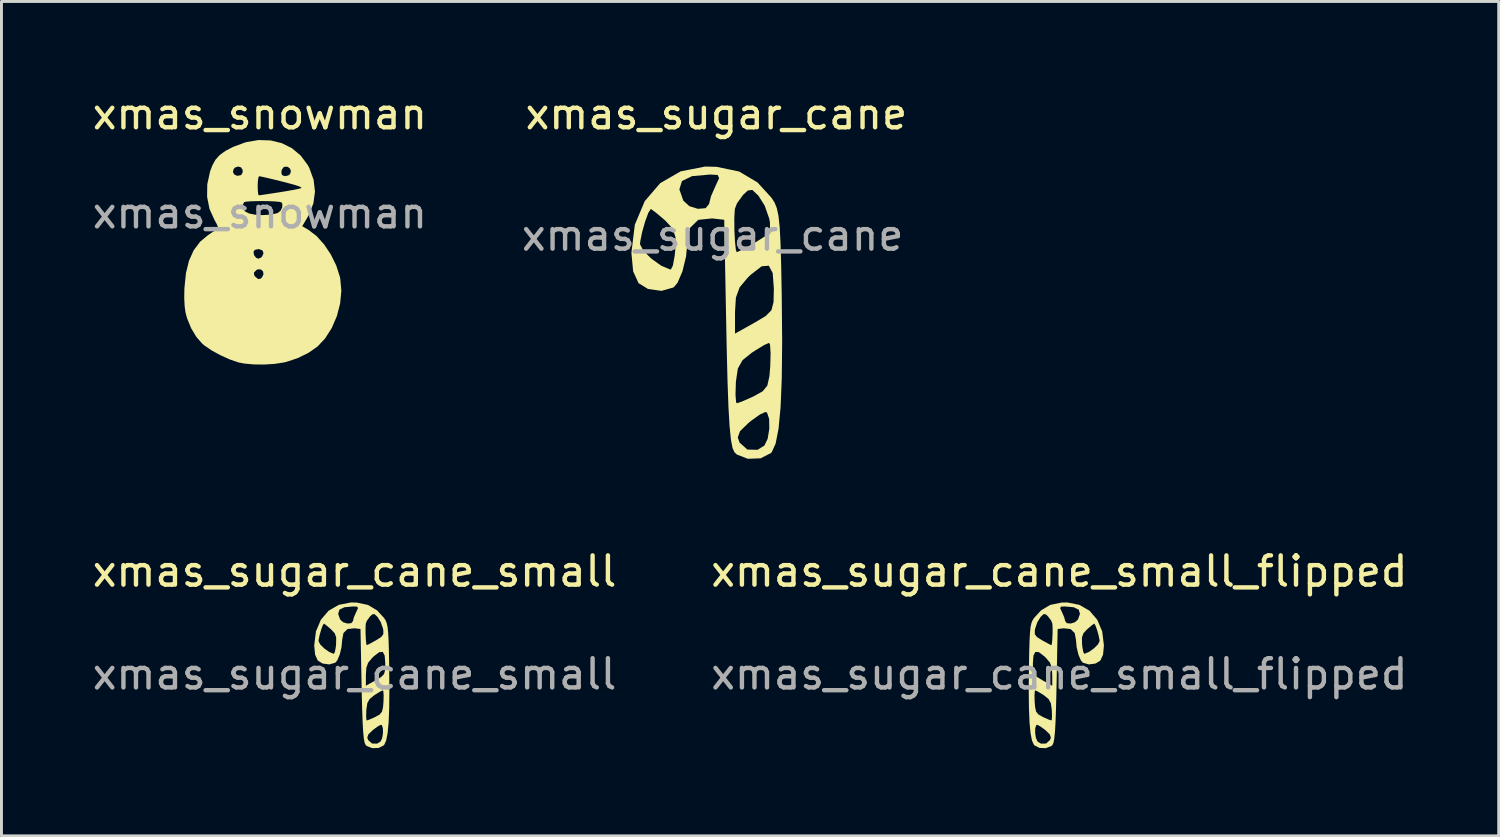
<source format=kicad_pcb>
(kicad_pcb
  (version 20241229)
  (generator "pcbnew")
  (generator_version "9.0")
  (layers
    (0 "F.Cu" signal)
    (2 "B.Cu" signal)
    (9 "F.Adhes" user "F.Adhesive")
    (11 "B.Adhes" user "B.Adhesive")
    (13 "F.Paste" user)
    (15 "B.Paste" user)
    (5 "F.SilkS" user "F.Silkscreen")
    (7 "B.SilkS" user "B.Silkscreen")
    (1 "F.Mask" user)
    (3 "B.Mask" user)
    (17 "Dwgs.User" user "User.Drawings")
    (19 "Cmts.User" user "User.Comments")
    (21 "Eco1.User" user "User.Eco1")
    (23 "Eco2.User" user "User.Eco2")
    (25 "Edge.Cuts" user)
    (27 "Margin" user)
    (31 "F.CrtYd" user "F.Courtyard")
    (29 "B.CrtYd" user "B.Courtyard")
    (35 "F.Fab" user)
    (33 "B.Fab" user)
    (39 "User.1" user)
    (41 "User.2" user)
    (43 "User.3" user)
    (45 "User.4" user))
  (footprint "xmas_sugar_cane_small_flipped"
    (layer "F.Cu")
    (at 33.185 17.508)
    (property "Reference" "xmas_sugar_cane_small_flipped" (at 0 -1.016 0) (unlocked yes) (layer "F.SilkS") (effects (font (size 1 1) (thickness 0.15))))
    (fp_poly (pts (xy 0.073 0.053) (xy -0.314 0.134) (xy -0.625 0.32) (xy -0.864 0.58) (xy -0.916 0.66) (xy -0.955 0.756) (xy -0.984 0.889) (xy -1.004 1.081) (xy -1.019 1.354) (xy -1.03 1.729) (xy -1.039 2.228) (xy -1.04 2.269) (xy -1.047 3.033) (xy -1.04 3.658) (xy -1.02 4.152) (xy -0.985 4.521) (xy -0.935 4.775) (xy -0.869 4.92) (xy -0.857 4.934) (xy -0.68 5.025) (xy -0.461 5.033) (xy -0.274 4.96) (xy -0.233 4.922) (xy -0.2 4.848) (xy -0.172 4.704) (xy -0.169 4.669) (xy -0.29 4.669) (xy -0.319 4.755) (xy -0.453 4.875) (xy -0.627 4.879) (xy -0.743 4.808) (xy -0.799 4.692) (xy -0.827 4.521) (xy -0.825 4.354) (xy -0.79 4.247) (xy -0.763 4.233) (xy -0.668 4.277) (xy -0.516 4.386) (xy -0.47 4.423) (xy -0.327 4.562) (xy -0.29 4.669) (xy -0.169 4.669) (xy -0.15 4.476) (xy -0.131 4.15) (xy -0.123 3.942) (xy -0.251 3.942) (xy -0.261 4.067) (xy -0.273 4.086) (xy -0.358 4.057) (xy -0.521 3.986) (xy -0.565 3.965) (xy -0.714 3.882) (xy -0.794 3.784) (xy -0.83 3.622) (xy -0.844 3.45) (xy -0.85 3.231) (xy -0.84 3.088) (xy -0.824 3.055) (xy -0.74 3.093) (xy -0.586 3.186) (xy -0.529 3.223) (xy -0.37 3.351) (xy -0.291 3.494) (xy -0.259 3.714) (xy -0.257 3.739) (xy -0.251 3.942) (xy -0.123 3.942) (xy -0.115 3.711) (xy -0.101 3.145) (xy -0.096 2.898) (xy -0.242 2.898) (xy -0.574 2.713) (xy -0.764 2.599) (xy -0.863 2.5) (xy -0.9 2.361) (xy -0.905 2.129) (xy -0.885 1.865) (xy -0.819 1.74) (xy -0.698 1.75) (xy -0.514 1.891) (xy -0.458 1.945) (xy -0.321 2.109) (xy -0.258 2.283) (xy -0.242 2.529) (xy -0.242 2.898) (xy -0.096 2.898) (xy -0.095 2.879) (xy -0.058 0.957) (xy 0.149 0.933) (xy 0.384 0.958) (xy 0.525 1.095) (xy 0.567 1.316) (xy 0.592 1.581) (xy 0.654 1.837) (xy 0.739 2.034) (xy 0.805 2.11) (xy 1.012 2.169) (xy 1.241 2.137) (xy 1.403 2.037) (xy 1.495 1.836) (xy 1.525 1.52) (xy 1.507 1.374) (xy 1.377 1.374) (xy 1.32 1.485) (xy 1.183 1.621) (xy 1.016 1.74) (xy 0.87 1.802) (xy 0.851 1.803) (xy 0.817 1.738) (xy 0.787 1.572) (xy 0.777 1.473) (xy 0.773 1.25) (xy 0.824 1.103) (xy 0.953 0.965) (xy 0.961 0.958) (xy 0.996 0.929) (xy -0.23 0.929) (xy -0.232 1.131) (xy -0.242 1.329) (xy -0.257 1.471) (xy -0.272 1.509) (xy -0.347 1.476) (xy -0.504 1.391) (xy -0.589 1.344) (xy -0.765 1.231) (xy -0.839 1.135) (xy -0.839 1.003) (xy -0.826 0.936) (xy -0.749 0.718) (xy -0.642 0.547) (xy -0.538 0.448) (xy -0.46 0.458) (xy -0.382 0.531) (xy -0.276 0.676) (xy -0.239 0.773) (xy -0.23 0.929) (xy 0.996 0.929) (xy 1.102 0.839) (xy 1.186 0.776) (xy 1.194 0.773) (xy 1.235 0.836) (xy 1.29 0.987) (xy 1.342 1.17) (xy 1.374 1.329) (xy 1.377 1.374) (xy 1.507 1.374) (xy 1.466 1.04) (xy 1.297 0.64) (xy 1.124 0.439) (xy 0.706 0.439) (xy 0.638 0.631) (xy 0.536 0.725) (xy 0.39 0.77) (xy 0.259 0.759) (xy 0.199 0.686) (xy 0.199 0.681) (xy 0.166 0.554) (xy 0.093 0.387) (xy 0.028 0.246) (xy 0.054 0.193) (xy 0.185 0.185) (xy 0.49 0.213) (xy 0.662 0.295) (xy 0.706 0.439) (xy 1.124 0.439) (xy 1.033 0.332) (xy 0.685 0.131) (xy 0.268 0.049)) (stroke (width 0) (type solid)) (fill yes) (layer "F.SilkS"))
    (fp_text user "${REFERENCE}" (at 0 2.5 0) (unlocked yes) (layer "F.Fab") (effects (font (size 1 1) (thickness 0.15)))))
  (footprint "xmas_sugar_cane_small"
    (layer "F.Cu")
    (at 9.077 17.508)
    (property "Reference" "xmas_sugar_cane_small" (at 0 -1.016 0) (unlocked yes) (layer "F.SilkS") (effects (font (size 1 1) (thickness 0.15))))
    (fp_poly (pts (xy 0.073 0.053) (xy 0.46 0.134) (xy 0.771 0.32) (xy 1.01 0.58) (xy 1.062 0.66) (xy 1.101 0.756) (xy 1.13 0.889) (xy 1.15 1.081) (xy 1.165 1.354) (xy 1.176 1.729) (xy 1.185 2.228) (xy 1.185 2.269) (xy 1.192 3.033) (xy 1.186 3.658) (xy 1.166 4.152) (xy 1.131 4.521) (xy 1.081 4.775) (xy 1.015 4.92) (xy 1.003 4.934) (xy 0.826 5.025) (xy 0.607 5.033) (xy 0.419 4.96) (xy 0.379 4.922) (xy 0.346 4.848) (xy 0.318 4.704) (xy 0.315 4.669) (xy 0.436 4.669) (xy 0.465 4.755) (xy 0.599 4.875) (xy 0.773 4.879) (xy 0.889 4.808) (xy 0.945 4.692) (xy 0.973 4.521) (xy 0.971 4.354) (xy 0.936 4.247) (xy 0.909 4.233) (xy 0.814 4.277) (xy 0.662 4.386) (xy 0.616 4.423) (xy 0.473 4.562) (xy 0.436 4.669) (xy 0.315 4.669) (xy 0.296 4.476) (xy 0.277 4.15) (xy 0.269 3.942) (xy 0.397 3.942) (xy 0.407 4.067) (xy 0.419 4.086) (xy 0.504 4.057) (xy 0.666 3.986) (xy 0.711 3.965) (xy 0.86 3.882) (xy 0.94 3.784) (xy 0.976 3.622) (xy 0.99 3.45) (xy 0.996 3.231) (xy 0.985 3.088) (xy 0.97 3.055) (xy 0.886 3.093) (xy 0.732 3.186) (xy 0.675 3.223) (xy 0.516 3.351) (xy 0.437 3.494) (xy 0.404 3.714) (xy 0.403 3.739) (xy 0.397 3.942) (xy 0.269 3.942) (xy 0.261 3.711) (xy 0.246 3.145) (xy 0.242 2.898) (xy 0.388 2.898) (xy 0.72 2.713) (xy 0.91 2.599) (xy 1.009 2.5) (xy 1.046 2.361) (xy 1.051 2.129) (xy 1.031 1.865) (xy 0.965 1.74) (xy 0.844 1.75) (xy 0.659 1.891) (xy 0.604 1.945) (xy 0.467 2.109) (xy 0.404 2.283) (xy 0.388 2.529) (xy 0.388 2.898) (xy 0.242 2.898) (xy 0.241 2.879) (xy 0.204 0.957) (xy -0.003 0.933) (xy -0.238 0.958) (xy -0.379 1.095) (xy -0.421 1.316) (xy -0.446 1.581) (xy -0.508 1.837) (xy -0.593 2.034) (xy -0.659 2.11) (xy -0.866 2.169) (xy -1.095 2.137) (xy -1.257 2.037) (xy -1.349 1.836) (xy -1.379 1.52) (xy -1.361 1.374) (xy -1.231 1.374) (xy -1.174 1.485) (xy -1.037 1.621) (xy -0.87 1.74) (xy -0.724 1.802) (xy -0.705 1.803) (xy -0.671 1.738) (xy -0.641 1.572) (xy -0.631 1.473) (xy -0.627 1.25) (xy -0.678 1.103) (xy -0.807 0.965) (xy -0.815 0.958) (xy -0.85 0.929) (xy 0.376 0.929) (xy 0.378 1.131) (xy 0.388 1.329) (xy 0.403 1.471) (xy 0.418 1.509) (xy 0.493 1.476) (xy 0.65 1.391) (xy 0.735 1.344) (xy 0.911 1.231) (xy 0.985 1.135) (xy 0.985 1.003) (xy 0.972 0.936) (xy 0.895 0.718) (xy 0.788 0.547) (xy 0.684 0.448) (xy 0.606 0.458) (xy 0.527 0.531) (xy 0.422 0.676) (xy 0.385 0.773) (xy 0.376 0.929) (xy -0.85 0.929) (xy -0.956 0.839) (xy -1.04 0.776) (xy -1.048 0.773) (xy -1.089 0.836) (xy -1.144 0.987) (xy -1.196 1.17) (xy -1.228 1.329) (xy -1.231 1.374) (xy -1.361 1.374) (xy -1.32 1.04) (xy -1.151 0.64) (xy -0.979 0.439) (xy -0.56 0.439) (xy -0.493 0.631) (xy -0.39 0.725) (xy -0.244 0.77) (xy -0.113 0.759) (xy -0.053 0.686) (xy -0.053 0.681) (xy -0.021 0.554) (xy 0.053 0.387) (xy 0.118 0.246) (xy 0.092 0.193) (xy -0.039 0.185) (xy -0.344 0.213) (xy -0.516 0.295) (xy -0.56 0.439) (xy -0.979 0.439) (xy -0.887 0.332) (xy -0.539 0.131) (xy -0.122 0.049)) (stroke (width 0) (type solid)) (fill yes) (layer "F.SilkS"))
    (fp_text user "${REFERENCE}" (at 0 2.5 0) (unlocked yes) (layer "F.Fab") (effects (font (size 1 1) (thickness 0.15)))))
  (footprint "xmas_sugar_cane"
    (layer "F.Cu")
    (at 21.327 2.499)
    (property "Reference" "xmas_sugar_cane" (at 0.127 -1.651 0) (unlocked yes) (layer "F.SilkS") (effects (font (size 1 1) (thickness 0.15))))
    (fp_poly (pts (xy 0.132 0.157) (xy 0.908 0.319) (xy 1.532 0.69) (xy 2.01 1.213) (xy 2.115 1.374) (xy 2.193 1.565) (xy 2.251 1.832) (xy 2.292 2.218) (xy 2.321 2.765) (xy 2.343 3.518) (xy 2.362 4.519) (xy 2.363 4.601) (xy 2.377 6.133) (xy 2.364 7.387) (xy 2.323 8.377) (xy 2.253 9.119) (xy 2.153 9.627) (xy 2.021 9.917) (xy 1.996 9.946) (xy 1.641 10.128) (xy 1.203 10.144) (xy 0.827 9.998) (xy 0.745 9.921) (xy 0.679 9.773) (xy 0.624 9.485) (xy 0.617 9.414) (xy 0.859 9.414) (xy 0.918 9.587) (xy 1.187 9.829) (xy 1.536 9.837) (xy 1.768 9.693) (xy 1.881 9.46) (xy 1.937 9.118) (xy 1.932 8.783) (xy 1.862 8.568) (xy 1.809 8.541) (xy 1.618 8.628) (xy 1.312 8.846) (xy 1.22 8.922) (xy 0.934 9.201) (xy 0.859 9.414) (xy 0.617 9.414) (xy 0.578 9.028) (xy 0.54 8.374) (xy 0.525 7.956) (xy 0.781 7.956) (xy 0.802 8.207) (xy 0.825 8.245) (xy 0.996 8.188) (xy 1.322 8.045) (xy 1.411 8.003) (xy 1.71 7.836) (xy 1.87 7.64) (xy 1.942 7.315) (xy 1.97 6.969) (xy 1.982 6.531) (xy 1.962 6.244) (xy 1.93 6.178) (xy 1.763 6.253) (xy 1.453 6.441) (xy 1.34 6.515) (xy 1.02 6.772) (xy 0.861 7.057) (xy 0.796 7.499) (xy 0.793 7.549) (xy 0.781 7.956) (xy 0.525 7.956) (xy 0.508 7.493) (xy 0.48 6.357) (xy 0.47 5.862) (xy 0.764 5.862) (xy 1.429 5.49) (xy 1.811 5.263) (xy 2.009 5.064) (xy 2.082 4.785) (xy 2.093 4.319) (xy 2.053 3.79) (xy 1.92 3.539) (xy 1.678 3.559) (xy 1.308 3.843) (xy 1.196 3.952) (xy 0.922 4.28) (xy 0.795 4.629) (xy 0.764 5.123) (xy 0.764 5.862) (xy 0.47 5.862) (xy 0.469 5.823) (xy 0.395 1.969) (xy -0.02 1.922) (xy -0.493 1.971) (xy -0.775 2.246) (xy -0.86 2.69) (xy -0.909 3.22) (xy -1.034 3.734) (xy -1.205 4.13) (xy -1.338 4.283) (xy -1.751 4.4) (xy -2.211 4.336) (xy -2.536 4.136) (xy -2.72 3.732) (xy -2.78 3.097) (xy -2.744 2.806) (xy -2.485 2.806) (xy -2.37 3.028) (xy -2.094 3.301) (xy -1.759 3.54) (xy -1.468 3.664) (xy -1.429 3.667) (xy -1.361 3.535) (xy -1.3 3.202) (xy -1.28 3.004) (xy -1.273 2.556) (xy -1.375 2.261) (xy -1.634 1.984) (xy -1.65 1.971) (xy -1.719 1.912) (xy 0.74 1.912) (xy 0.743 2.319) (xy 0.763 2.716) (xy 0.794 3) (xy 0.823 3.077) (xy 0.975 3.01) (xy 1.289 2.841) (xy 1.459 2.745) (xy 1.812 2.519) (xy 1.96 2.325) (xy 1.96 2.062) (xy 1.934 1.926) (xy 1.781 1.489) (xy 1.566 1.146) (xy 1.357 0.947) (xy 1.201 0.967) (xy 1.043 1.115) (xy 0.831 1.406) (xy 0.758 1.6) (xy 0.74 1.912) (xy -1.719 1.912) (xy -1.932 1.732) (xy -2.101 1.606) (xy -2.116 1.6) (xy -2.199 1.726) (xy -2.31 2.028) (xy -2.414 2.396) (xy -2.478 2.716) (xy -2.485 2.806) (xy -2.744 2.806) (xy -2.662 2.135) (xy -2.324 1.332) (xy -1.978 0.929) (xy -1.139 0.929) (xy -1.003 1.314) (xy -0.796 1.504) (xy -0.505 1.594) (xy -0.242 1.572) (xy -0.121 1.425) (xy -0.121 1.416) (xy -0.056 1.16) (xy 0.092 0.825) (xy 0.221 0.543) (xy 0.17 0.436) (xy -0.094 0.421) (xy -0.705 0.476) (xy -1.05 0.642) (xy -1.139 0.929) (xy -1.978 0.929) (xy -1.794 0.716) (xy -1.097 0.313) (xy -0.259 0.148)) (stroke (width 0) (type solid)) (fill yes) (layer "F.SilkS"))
    (fp_text user "${REFERENCE}" (at 0 2.5 0) (unlocked yes) (layer "F.Fab") (effects (font (size 1 1) (thickness 0.15)))))
  (footprint "xmas_snowman"
    (layer "F.Cu")
    (at 5.839 1.737)
    (property "Reference" "xmas_snowman" (at 0 -0.889 0) (unlocked yes) (layer "F.SilkS") (effects (font (size 1 1) (thickness 0.15))))
    (fp_poly (pts (xy 0.364 0.016) (xy 0.75 0.11) (xy 1.097 0.283) (xy 1.396 0.533) (xy 1.636 0.856) (xy 1.692 0.96) (xy 1.838 1.362) (xy 1.885 1.766) (xy 1.831 2.167) (xy 1.676 2.561) (xy 1.614 2.672) (xy 1.447 2.949) (xy 1.663 3.076) (xy 1.938 3.286) (xy 2.198 3.574) (xy 2.427 3.917) (xy 2.612 4.294) (xy 2.736 4.68) (xy 2.749 4.742) (xy 2.787 5.156) (xy 2.746 5.591) (xy 2.634 6.025) (xy 2.459 6.433) (xy 2.228 6.794) (xy 1.973 7.065) (xy 1.664 7.281) (xy 1.294 7.463) (xy 0.899 7.593) (xy 0.807 7.614) (xy 0.495 7.661) (xy 0.145 7.682) (xy -0.209 7.678) (xy -0.529 7.649) (xy -0.73 7.61) (xy -1.023 7.51) (xy -1.339 7.369) (xy -1.64 7.205) (xy -1.89 7.036) (xy -1.961 6.978) (xy -2.169 6.743) (xy -2.351 6.44) (xy -2.49 6.101) (xy -2.547 5.888) (xy -2.574 5.677) (xy -2.587 5.401) (xy -2.582 5.096) (xy -2.581 5.071) (xy -2.529 4.56) (xy -2.524 4.537) (xy -0.204 4.537) (xy -0.192 4.633) (xy -0.149 4.686) (xy -0.056 4.758) (xy 0.018 4.748) (xy 0.067 4.707) (xy 0.124 4.6) (xy 0.109 4.499) (xy 0.04 4.431) (xy -0.064 4.424) (xy -0.116 4.448) (xy -0.204 4.537) (xy -2.524 4.537) (xy -2.424 4.129) (xy -2.287 3.825) (xy -0.217 3.825) (xy -0.2 3.94) (xy -0.128 4.032) (xy -0.049 4.062) (xy 0.034 4.027) (xy 0.075 3.989) (xy 0.126 3.872) (xy 0.089 3.78) (xy -0.025 3.735) (xy -0.049 3.734) (xy -0.172 3.759) (xy -0.217 3.825) (xy -2.287 3.825) (xy -2.262 3.771) (xy -2.04 3.477) (xy -1.77 3.252) (xy -1.619 3.153) (xy -1.498 3.079) (xy -1.434 3.045) (xy -1.428 2.995) (xy -1.474 2.88) (xy -1.552 2.738) (xy -1.723 2.36) (xy -1.754 2.201) (xy -0.575 2.201) (xy -0.57 2.316) (xy -0.527 2.422) (xy -0.5 2.451) (xy -0.363 2.517) (xy -0.158 2.557) (xy 0.083 2.571) (xy 0.33 2.558) (xy 0.553 2.516) (xy 0.617 2.495) (xy 0.709 2.42) (xy 0.765 2.304) (xy 0.769 2.188) (xy 0.741 2.136) (xy 0.674 2.118) (xy 0.532 2.104) (xy 0.338 2.095) (xy 0.118 2.091) (xy -0.104 2.092) (xy -0.304 2.098) (xy -0.456 2.109) (xy -0.536 2.126) (xy -0.537 2.127) (xy -0.575 2.201) (xy -1.754 2.201) (xy -1.805 1.947) (xy -1.8 1.567) (xy -0.075 1.567) (xy -0.07 1.734) (xy -0.057 1.852) (xy -0.04 1.895) (xy 0.02 1.888) (xy 0.16 1.867) (xy 0.361 1.837) (xy 0.602 1.8) (xy 0.653 1.792) (xy 0.907 1.751) (xy 1.132 1.711) (xy 1.304 1.677) (xy 1.402 1.652) (xy 1.409 1.65) (xy 1.419 1.626) (xy 1.353 1.591) (xy 1.204 1.541) (xy 0.967 1.476) (xy 0.768 1.425) (xy 0.507 1.36) (xy 0.279 1.305) (xy 0.103 1.265) (xy -0.003 1.243) (xy -0.023 1.24) (xy -0.051 1.286) (xy -0.069 1.412) (xy -0.075 1.567) (xy -1.8 1.567) (xy -1.799 1.515) (xy -1.709 1.102) (xy -0.921 1.102) (xy -0.871 1.186) (xy -0.773 1.228) (xy -0.656 1.206) (xy -0.637 1.195) (xy -0.611 1.151) (xy 0.737 1.151) (xy 0.765 1.206) (xy 0.859 1.239) (xy 0.972 1.214) (xy 1.029 1.171) (xy 1.064 1.069) (xy 1.027 0.975) (xy 0.944 0.916) (xy 0.842 0.918) (xy 0.801 0.943) (xy 0.742 1.038) (xy 0.737 1.151) (xy -0.611 1.151) (xy -0.591 1.117) (xy -0.587 1.032) (xy -0.64 0.941) (xy -0.738 0.909) (xy -0.844 0.941) (xy -0.898 0.996) (xy -0.921 1.102) (xy -1.709 1.102) (xy -1.704 1.079) (xy -1.628 0.877) (xy -1.521 0.679) (xy -1.377 0.518) (xy -1.175 0.373) (xy -0.917 0.238) (xy -0.48 0.077) (xy -0.05 0.004)) (stroke (width 0) (type solid)) (fill yes) (layer "F.SilkS"))
    (fp_text user "${REFERENCE}" (at 0 2.5 0) (unlocked yes) (layer "F.Fab") (effects (font (size 1 1) (thickness 0.15)))))
  (gr_rect
    (start -3 -3)
    (end 48.214 25.541)
    (stroke (width 0.1) (type default))
    (fill no)
    (layer "Edge.Cuts")))
</source>
